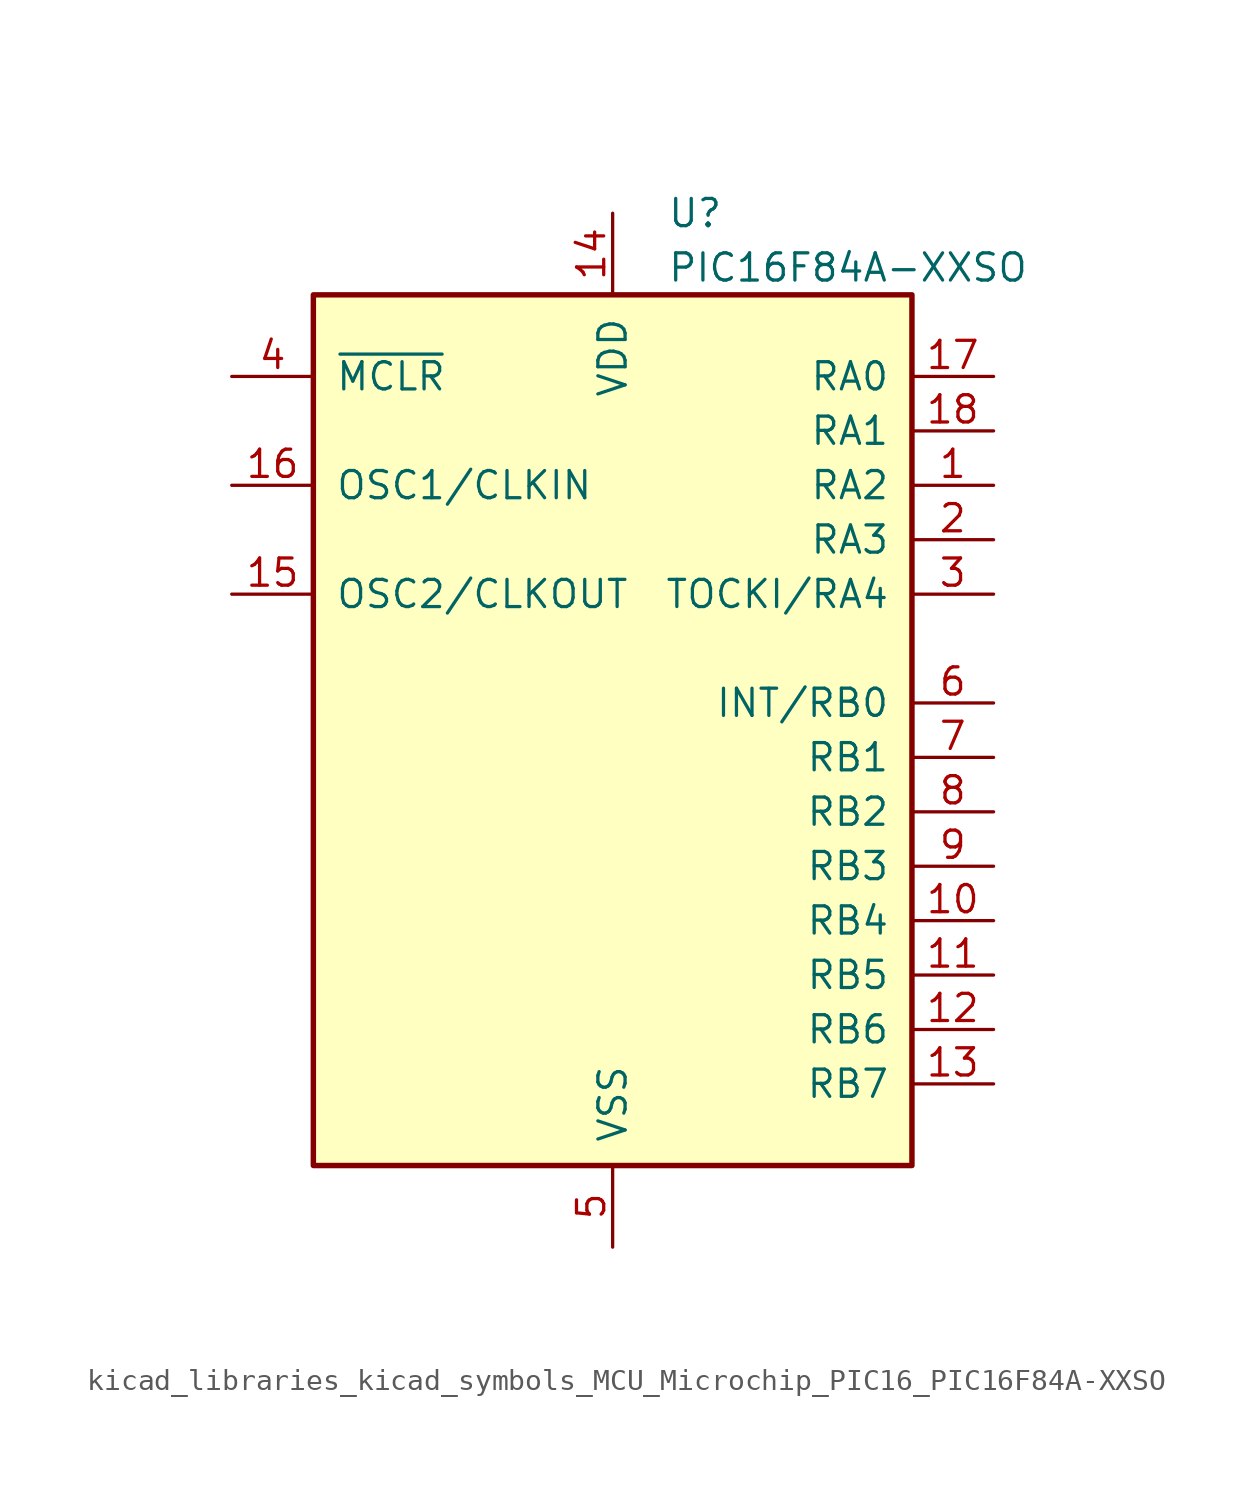
<source format=kicad_sym>
(kicad_symbol_lib
  (version 20220914)
  (generator kicad_symbol_editor)
  (symbol "kicad_libraries_kicad_symbols_MCU_Microchip_PIC16_PIC16F84A-XXSO"
    (pin_names
      (offset 1.016))
    (property "Reference" "U"
      (at 2.54 22.86 0)
      (effects (font (size 1.27 1.27)) (justify left)))
    (property "Value" "PIC16F84A-XXSO"
      (at 2.54 20.32 0)
      (effects (font (size 1.27 1.27)) (justify left)))
    (symbol "kicad_libraries_kicad_symbols_MCU_Microchip_PIC16_PIC16F84A-XXSO_0_1"
      (rectangle (start -13.97 19.05) (end 13.97 -21.59) (stroke (width 0.254) (type default)) (fill (type background))))
    (symbol "kicad_libraries_kicad_symbols_MCU_Microchip_PIC16_PIC16F84A-XXSO_1_1"
      (pin bidirectional line (at 17.78 10.16 180) (length 3.81) (name "RA2" (effects (font (size 1.27 1.27)))) (number "1" (effects (font (size 1.27 1.27)))))
      (pin bidirectional line (at 17.78 -10.16 180) (length 3.81) (name "RB4" (effects (font (size 1.27 1.27)))) (number "10" (effects (font (size 1.27 1.27)))))
      (pin bidirectional line (at 17.78 -12.7 180) (length 3.81) (name "RB5" (effects (font (size 1.27 1.27)))) (number "11" (effects (font (size 1.27 1.27)))))
      (pin bidirectional line (at 17.78 -15.24 180) (length 3.81) (name "RB6" (effects (font (size 1.27 1.27)))) (number "12" (effects (font (size 1.27 1.27)))))
      (pin bidirectional line (at 17.78 -17.78 180) (length 3.81) (name "RB7" (effects (font (size 1.27 1.27)))) (number "13" (effects (font (size 1.27 1.27)))))
      (pin power_in line (at 0 22.86 270) (length 3.81) (name "VDD" (effects (font (size 1.27 1.27)))) (number "14" (effects (font (size 1.27 1.27)))))
      (pin output line (at -17.78 5.08 0) (length 3.81) (name "OSC2/CLKOUT" (effects (font (size 1.27 1.27)))) (number "15" (effects (font (size 1.27 1.27)))))
      (pin input line (at -17.78 10.16 0) (length 3.81) (name "OSC1/CLKIN" (effects (font (size 1.27 1.27)))) (number "16" (effects (font (size 1.27 1.27)))))
      (pin bidirectional line (at 17.78 15.24 180) (length 3.81) (name "RA0" (effects (font (size 1.27 1.27)))) (number "17" (effects (font (size 1.27 1.27)))))
      (pin bidirectional line (at 17.78 12.7 180) (length 3.81) (name "RA1" (effects (font (size 1.27 1.27)))) (number "18" (effects (font (size 1.27 1.27)))))
      (pin bidirectional line (at 17.78 7.62 180) (length 3.81) (name "RA3" (effects (font (size 1.27 1.27)))) (number "2" (effects (font (size 1.27 1.27)))))
      (pin bidirectional line (at 17.78 5.08 180) (length 3.81) (name "TOCKI/RA4" (effects (font (size 1.27 1.27)))) (number "3" (effects (font (size 1.27 1.27)))))
      (pin input line (at -17.78 15.24 0) (length 3.81) (name "~{MCLR}" (effects (font (size 1.27 1.27)))) (number "4" (effects (font (size 1.27 1.27)))))
      (pin power_in line (at 0 -25.4 90) (length 3.81) (name "VSS" (effects (font (size 1.27 1.27)))) (number "5" (effects (font (size 1.27 1.27)))))
      (pin bidirectional line (at 17.78 0 180) (length 3.81) (name "INT/RB0" (effects (font (size 1.27 1.27)))) (number "6" (effects (font (size 1.27 1.27)))))
      (pin bidirectional line (at 17.78 -2.54 180) (length 3.81) (name "RB1" (effects (font (size 1.27 1.27)))) (number "7" (effects (font (size 1.27 1.27)))))
      (pin bidirectional line (at 17.78 -5.08 180) (length 3.81) (name "RB2" (effects (font (size 1.27 1.27)))) (number "8" (effects (font (size 1.27 1.27)))))
      (pin bidirectional line (at 17.78 -7.62 180) (length 3.81) (name "RB3" (effects (font (size 1.27 1.27)))) (number "9" (effects (font (size 1.27 1.27))))))))
</source>
